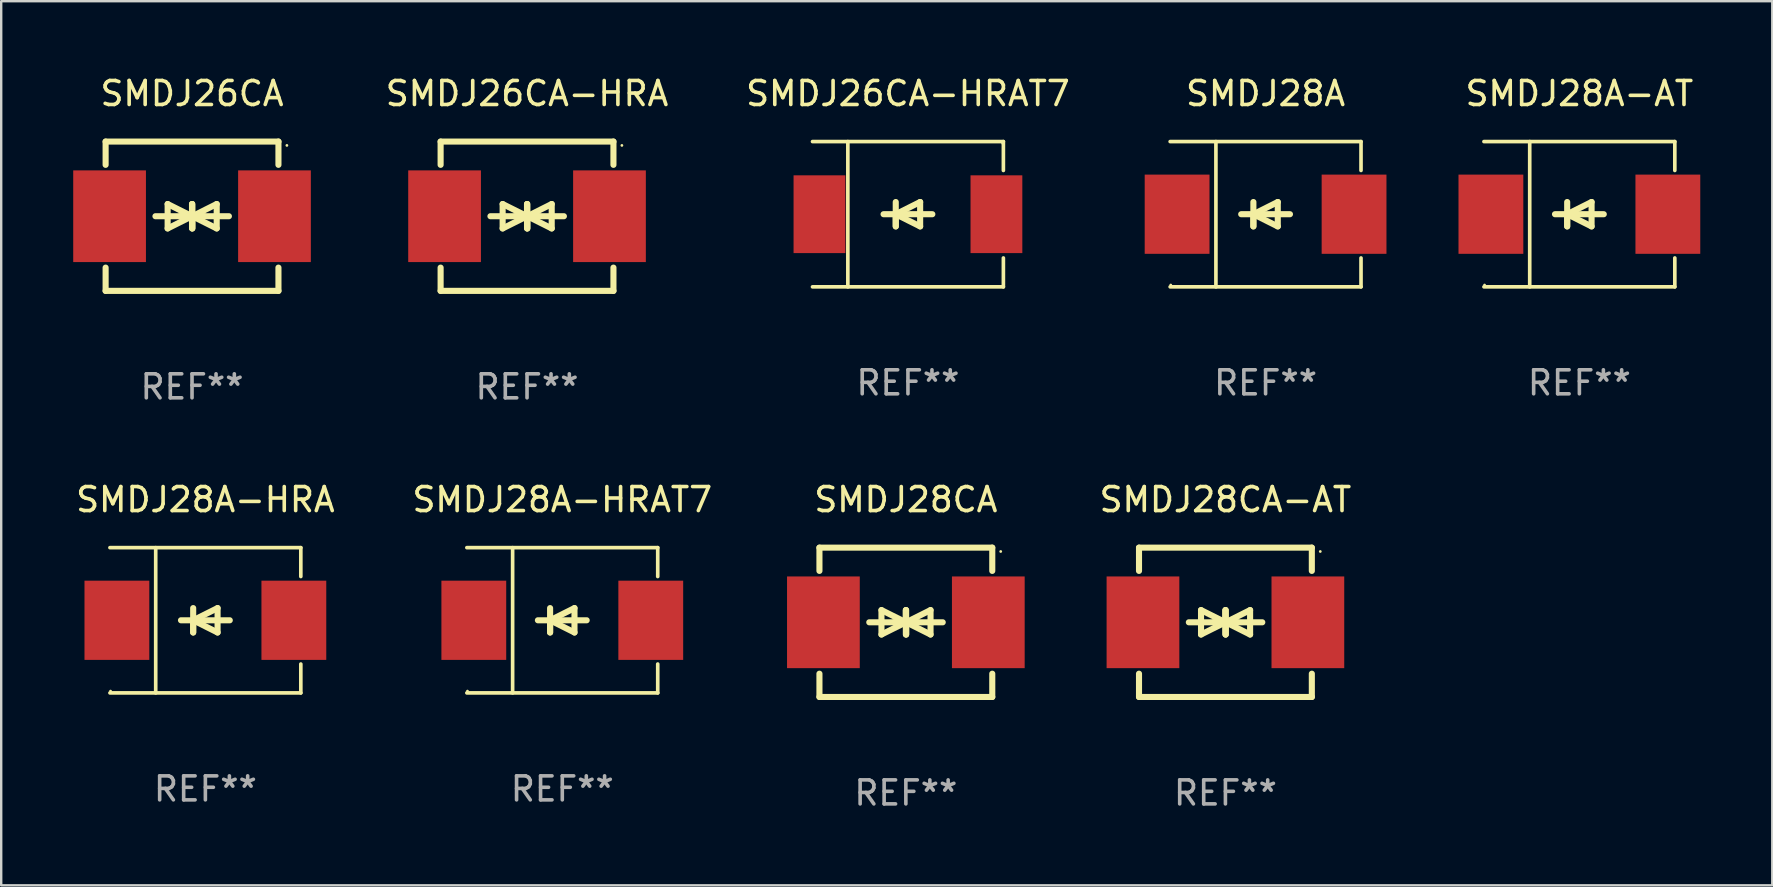
<source format=kicad_pcb>
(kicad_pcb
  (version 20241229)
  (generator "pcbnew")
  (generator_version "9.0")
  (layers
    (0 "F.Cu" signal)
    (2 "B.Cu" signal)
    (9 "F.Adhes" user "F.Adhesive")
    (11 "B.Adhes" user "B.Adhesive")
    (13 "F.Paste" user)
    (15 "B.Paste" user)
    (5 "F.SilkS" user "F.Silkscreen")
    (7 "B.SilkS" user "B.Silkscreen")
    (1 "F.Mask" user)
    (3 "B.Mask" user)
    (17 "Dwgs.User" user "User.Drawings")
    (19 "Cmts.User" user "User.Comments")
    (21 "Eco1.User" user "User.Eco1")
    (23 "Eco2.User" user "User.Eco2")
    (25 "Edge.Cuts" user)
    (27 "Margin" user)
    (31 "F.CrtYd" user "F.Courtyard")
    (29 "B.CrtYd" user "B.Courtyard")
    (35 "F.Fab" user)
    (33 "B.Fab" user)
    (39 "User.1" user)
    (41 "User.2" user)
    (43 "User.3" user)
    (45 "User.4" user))
  (footprint "SMDJ28A-HRA"
    (layer "F.Cu")
    (at 5.506 22.791)
    (property "Reference" "SMDJ28A-HRA" (at 0 -5.026 0) (layer "F.SilkS") (effects (font (size 1 1) (thickness 0.15))))
    (attr through_hole)
    (fp_line (start -3.976 -3.026) (end 3.976 -3.026) (stroke (width 0.152) (type solid)) (layer "F.SilkS"))
    (fp_line (start -3.976 3.026) (end 3.976 3.026) (stroke (width 0.152) (type solid)) (layer "F.SilkS"))
    (fp_line (start -2.069 -3.026) (end -2.069 3.026) (stroke (width 0.152) (type solid)) (layer "F.SilkS"))
    (fp_line (start -0.508 0) (end -0.508 0.508) (stroke (width 0.254) (type solid)) (layer "F.SilkS"))
    (fp_line (start -0.508 0) (end 0.508 0.508) (stroke (width 0.254) (type solid)) (layer "F.SilkS"))
    (fp_line (start -0.508 0.508) (end -0.508 -0.508) (stroke (width 0.254) (type solid)) (layer "F.SilkS"))
    (fp_line (start 0.508 -0.508) (end -0.508 0) (stroke (width 0.254) (type solid)) (layer "F.SilkS"))
    (fp_line (start 0.508 0.508) (end 0.508 -0.508) (stroke (width 0.254) (type solid)) (layer "F.SilkS"))
    (fp_line (start 1.016 0) (end -1.016 0) (stroke (width 0.254) (type solid)) (layer "F.SilkS"))
    (fp_line (start 3.976 -3.026) (end 3.976 -1.823) (stroke (width 0.152) (type solid)) (layer "F.SilkS"))
    (fp_line (start 3.976 3.026) (end 3.976 1.823) (stroke (width 0.152) (type solid)) (layer "F.SilkS"))
    (fp_circle (center -3.95 2.95) (end -3.92 2.95) (stroke (width 0.06) (type solid)) (fill no) (layer "F.SilkS"))
    (fp_text user "REF**" (at 0 7.026 0) (layer "F.Fab") (effects (font (size 1 1) (thickness 0.15))))
    (pad "1" smd rect (at -3.686 0) (size 2.7 3.3) (layers "F.Cu" "F.Mask" "F.Paste"))
    (pad "2" smd rect (at 3.686 0) (size 2.7 3.3) (layers "F.Cu" "F.Mask" "F.Paste")))
  (footprint "SMDJ28CA-AT"
    (layer "F.Cu")
    (at 48.001 22.875)
    (property "Reference" "SMDJ28CA-AT" (at 0 -5.11 0) (layer "F.SilkS") (effects (font (size 1 1) (thickness 0.15))))
    (attr through_hole)
    (fp_line (start -3.6 -2.141) (end -3.6 -3.11) (stroke (width 0.254) (type solid)) (layer "F.SilkS"))
    (fp_line (start -3.6 3.11) (end -3.6 2.141) (stroke (width 0.254) (type solid)) (layer "F.SilkS"))
    (fp_line (start -1.524 0) (end 0.508 0) (stroke (width 0.254) (type solid)) (layer "F.SilkS"))
    (fp_line (start -1.016 -0.508) (end -1.016 0.508) (stroke (width 0.254) (type solid)) (layer "F.SilkS"))
    (fp_line (start -1.016 0.508) (end 0 0) (stroke (width 0.254) (type solid)) (layer "F.SilkS"))
    (fp_line (start 0 -0.508) (end 0 0.508) (stroke (width 0.254) (type solid)) (layer "F.SilkS"))
    (fp_line (start 0 0) (end -1.016 -0.508) (stroke (width 0.254) (type solid)) (layer "F.SilkS"))
    (fp_line (start 0 0) (end 0 -0.508) (stroke (width 0.254) (type solid)) (layer "F.SilkS"))
    (fp_line (start 0.012 0) (end 0.012 0.508) (stroke (width 0.254) (type solid)) (layer "F.SilkS"))
    (fp_line (start 0.012 0) (end 1.028 0.508) (stroke (width 0.254) (type solid)) (layer "F.SilkS"))
    (fp_line (start 0.012 0.508) (end 0.012 -0.508) (stroke (width 0.254) (type solid)) (layer "F.SilkS"))
    (fp_line (start 1.028 -0.508) (end 0.012 0) (stroke (width 0.254) (type solid)) (layer "F.SilkS"))
    (fp_line (start 1.028 0.508) (end 1.028 -0.508) (stroke (width 0.254) (type solid)) (layer "F.SilkS"))
    (fp_line (start 1.536 0) (end -0.496 0) (stroke (width 0.254) (type solid)) (layer "F.SilkS"))
    (fp_line (start 3.6 -3.11) (end -3.6 -3.11) (stroke (width 0.254) (type solid)) (layer "F.SilkS"))
    (fp_line (start 3.6 -2.141) (end 3.6 -3.11) (stroke (width 0.254) (type solid)) (layer "F.SilkS"))
    (fp_line (start 3.6 3.11) (end -3.6 3.11) (stroke (width 0.254) (type solid)) (layer "F.SilkS"))
    (fp_line (start 3.6 3.11) (end 3.6 2.141) (stroke (width 0.254) (type solid)) (layer "F.SilkS"))
    (fp_circle (center 3.952 -2.95) (end 3.982 -2.95) (stroke (width 0.06) (type solid)) (fill no) (layer "F.SilkS"))
    (fp_text user "REF**" (at 0 7.11 0) (layer "F.Fab") (effects (font (size 1 1) (thickness 0.15))))
    (pad "1" smd rect (at 3.435 0) (size 3.03 3.82) (layers "F.Cu" "F.Mask" "F.Paste"))
    (pad "2" smd rect (at -3.435 0) (size 3.03 3.82) (layers "F.Cu" "F.Mask" "F.Paste")))
  (footprint "SMDJ28A"
    (layer "F.Cu")
    (at 49.674 5.874)
    (property "Reference" "SMDJ28A" (at 0 -5.026 0) (layer "F.SilkS") (effects (font (size 1 1) (thickness 0.15))))
    (attr through_hole)
    (fp_line (start -3.976 -3.026) (end 3.976 -3.026) (stroke (width 0.152) (type solid)) (layer "F.SilkS"))
    (fp_line (start -3.976 3.026) (end 3.976 3.026) (stroke (width 0.152) (type solid)) (layer "F.SilkS"))
    (fp_line (start -2.069 -3.026) (end -2.069 3.026) (stroke (width 0.152) (type solid)) (layer "F.SilkS"))
    (fp_line (start -0.508 0) (end -0.508 0.508) (stroke (width 0.254) (type solid)) (layer "F.SilkS"))
    (fp_line (start -0.508 0) (end 0.508 0.508) (stroke (width 0.254) (type solid)) (layer "F.SilkS"))
    (fp_line (start -0.508 0.508) (end -0.508 -0.508) (stroke (width 0.254) (type solid)) (layer "F.SilkS"))
    (fp_line (start 0.508 -0.508) (end -0.508 0) (stroke (width 0.254) (type solid)) (layer "F.SilkS"))
    (fp_line (start 0.508 0.508) (end 0.508 -0.508) (stroke (width 0.254) (type solid)) (layer "F.SilkS"))
    (fp_line (start 1.016 0) (end -1.016 0) (stroke (width 0.254) (type solid)) (layer "F.SilkS"))
    (fp_line (start 3.976 -3.026) (end 3.976 -1.823) (stroke (width 0.152) (type solid)) (layer "F.SilkS"))
    (fp_line (start 3.976 3.026) (end 3.976 1.823) (stroke (width 0.152) (type solid)) (layer "F.SilkS"))
    (fp_circle (center -3.95 2.95) (end -3.92 2.95) (stroke (width 0.06) (type solid)) (fill no) (layer "F.SilkS"))
    (fp_text user "REF**" (at 0 7.026 0) (layer "F.Fab") (effects (font (size 1 1) (thickness 0.15))))
    (pad "1" smd rect (at -3.686 0) (size 2.7 3.3) (layers "F.Cu" "F.Mask" "F.Paste"))
    (pad "2" smd rect (at 3.686 0) (size 2.7 3.3) (layers "F.Cu" "F.Mask" "F.Paste")))
  (footprint "SMDJ26CA"
    (layer "F.Cu")
    (at 4.95 5.958)
    (property "Reference" "SMDJ26CA" (at 0 -5.11 0) (layer "F.SilkS") (effects (font (size 1 1) (thickness 0.15))))
    (attr through_hole)
    (fp_line (start -3.6 -2.141) (end -3.6 -3.11) (stroke (width 0.254) (type solid)) (layer "F.SilkS"))
    (fp_line (start -3.6 3.11) (end -3.6 2.141) (stroke (width 0.254) (type solid)) (layer "F.SilkS"))
    (fp_line (start -1.524 0) (end 0.508 0) (stroke (width 0.254) (type solid)) (layer "F.SilkS"))
    (fp_line (start -1.016 -0.508) (end -1.016 0.508) (stroke (width 0.254) (type solid)) (layer "F.SilkS"))
    (fp_line (start -1.016 0.508) (end 0 0) (stroke (width 0.254) (type solid)) (layer "F.SilkS"))
    (fp_line (start 0 -0.508) (end 0 0.508) (stroke (width 0.254) (type solid)) (layer "F.SilkS"))
    (fp_line (start 0 0) (end -1.016 -0.508) (stroke (width 0.254) (type solid)) (layer "F.SilkS"))
    (fp_line (start 0 0) (end 0 -0.508) (stroke (width 0.254) (type solid)) (layer "F.SilkS"))
    (fp_line (start 0.012 0) (end 0.012 0.508) (stroke (width 0.254) (type solid)) (layer "F.SilkS"))
    (fp_line (start 0.012 0) (end 1.028 0.508) (stroke (width 0.254) (type solid)) (layer "F.SilkS"))
    (fp_line (start 0.012 0.508) (end 0.012 -0.508) (stroke (width 0.254) (type solid)) (layer "F.SilkS"))
    (fp_line (start 1.028 -0.508) (end 0.012 0) (stroke (width 0.254) (type solid)) (layer "F.SilkS"))
    (fp_line (start 1.028 0.508) (end 1.028 -0.508) (stroke (width 0.254) (type solid)) (layer "F.SilkS"))
    (fp_line (start 1.536 0) (end -0.496 0) (stroke (width 0.254) (type solid)) (layer "F.SilkS"))
    (fp_line (start 3.6 -3.11) (end -3.6 -3.11) (stroke (width 0.254) (type solid)) (layer "F.SilkS"))
    (fp_line (start 3.6 -2.141) (end 3.6 -3.11) (stroke (width 0.254) (type solid)) (layer "F.SilkS"))
    (fp_line (start 3.6 3.11) (end -3.6 3.11) (stroke (width 0.254) (type solid)) (layer "F.SilkS"))
    (fp_line (start 3.6 3.11) (end 3.6 2.141) (stroke (width 0.254) (type solid)) (layer "F.SilkS"))
    (fp_circle (center 3.952 -2.95) (end 3.982 -2.95) (stroke (width 0.06) (type solid)) (fill no) (layer "F.SilkS"))
    (fp_text user "REF**" (at 0 7.11 0) (layer "F.Fab") (effects (font (size 1 1) (thickness 0.15))))
    (pad "1" smd rect (at 3.435 0) (size 3.03 3.82) (layers "F.Cu" "F.Mask" "F.Paste"))
    (pad "2" smd rect (at -3.435 0) (size 3.03 3.82) (layers "F.Cu" "F.Mask" "F.Paste")))
  (footprint "SMDJ28A-HRAT7"
    (layer "F.Cu")
    (at 20.375 22.791)
    (property "Reference" "SMDJ28A-HRAT7" (at 0 -5.026 0) (layer "F.SilkS") (effects (font (size 1 1) (thickness 0.15))))
    (attr through_hole)
    (fp_line (start -3.976 -3.026) (end 3.976 -3.026) (stroke (width 0.152) (type solid)) (layer "F.SilkS"))
    (fp_line (start -3.976 3.026) (end 3.976 3.026) (stroke (width 0.152) (type solid)) (layer "F.SilkS"))
    (fp_line (start -2.069 -3.026) (end -2.069 3.026) (stroke (width 0.152) (type solid)) (layer "F.SilkS"))
    (fp_line (start -0.508 0) (end -0.508 0.508) (stroke (width 0.254) (type solid)) (layer "F.SilkS"))
    (fp_line (start -0.508 0) (end 0.508 0.508) (stroke (width 0.254) (type solid)) (layer "F.SilkS"))
    (fp_line (start -0.508 0.508) (end -0.508 -0.508) (stroke (width 0.254) (type solid)) (layer "F.SilkS"))
    (fp_line (start 0.508 -0.508) (end -0.508 0) (stroke (width 0.254) (type solid)) (layer "F.SilkS"))
    (fp_line (start 0.508 0.508) (end 0.508 -0.508) (stroke (width 0.254) (type solid)) (layer "F.SilkS"))
    (fp_line (start 1.016 0) (end -1.016 0) (stroke (width 0.254) (type solid)) (layer "F.SilkS"))
    (fp_line (start 3.976 -3.026) (end 3.976 -1.823) (stroke (width 0.152) (type solid)) (layer "F.SilkS"))
    (fp_line (start 3.976 3.026) (end 3.976 1.823) (stroke (width 0.152) (type solid)) (layer "F.SilkS"))
    (fp_circle (center -3.95 2.95) (end -3.92 2.95) (stroke (width 0.06) (type solid)) (fill no) (layer "F.SilkS"))
    (fp_text user "REF**" (at 0 7.026 0) (layer "F.Fab") (effects (font (size 1 1) (thickness 0.15))))
    (pad "1" smd rect (at -3.686 0) (size 2.7 3.3) (layers "F.Cu" "F.Mask" "F.Paste"))
    (pad "2" smd rect (at 3.686 0) (size 2.7 3.3) (layers "F.Cu" "F.Mask" "F.Paste")))
  (footprint "SMDJ28CA"
    (layer "F.Cu")
    (at 34.688 22.875)
    (property "Reference" "SMDJ28CA" (at 0 -5.11 0) (layer "F.SilkS") (effects (font (size 1 1) (thickness 0.15))))
    (attr through_hole)
    (fp_line (start -3.6 -2.141) (end -3.6 -3.11) (stroke (width 0.254) (type solid)) (layer "F.SilkS"))
    (fp_line (start -3.6 3.11) (end -3.6 2.141) (stroke (width 0.254) (type solid)) (layer "F.SilkS"))
    (fp_line (start -1.524 0) (end 0.508 0) (stroke (width 0.254) (type solid)) (layer "F.SilkS"))
    (fp_line (start -1.016 -0.508) (end -1.016 0.508) (stroke (width 0.254) (type solid)) (layer "F.SilkS"))
    (fp_line (start -1.016 0.508) (end 0 0) (stroke (width 0.254) (type solid)) (layer "F.SilkS"))
    (fp_line (start 0 -0.508) (end 0 0.508) (stroke (width 0.254) (type solid)) (layer "F.SilkS"))
    (fp_line (start 0 0) (end -1.016 -0.508) (stroke (width 0.254) (type solid)) (layer "F.SilkS"))
    (fp_line (start 0 0) (end 0 -0.508) (stroke (width 0.254) (type solid)) (layer "F.SilkS"))
    (fp_line (start 0.012 0) (end 0.012 0.508) (stroke (width 0.254) (type solid)) (layer "F.SilkS"))
    (fp_line (start 0.012 0) (end 1.028 0.508) (stroke (width 0.254) (type solid)) (layer "F.SilkS"))
    (fp_line (start 0.012 0.508) (end 0.012 -0.508) (stroke (width 0.254) (type solid)) (layer "F.SilkS"))
    (fp_line (start 1.028 -0.508) (end 0.012 0) (stroke (width 0.254) (type solid)) (layer "F.SilkS"))
    (fp_line (start 1.028 0.508) (end 1.028 -0.508) (stroke (width 0.254) (type solid)) (layer "F.SilkS"))
    (fp_line (start 1.536 0) (end -0.496 0) (stroke (width 0.254) (type solid)) (layer "F.SilkS"))
    (fp_line (start 3.6 -3.11) (end -3.6 -3.11) (stroke (width 0.254) (type solid)) (layer "F.SilkS"))
    (fp_line (start 3.6 -2.141) (end 3.6 -3.11) (stroke (width 0.254) (type solid)) (layer "F.SilkS"))
    (fp_line (start 3.6 3.11) (end -3.6 3.11) (stroke (width 0.254) (type solid)) (layer "F.SilkS"))
    (fp_line (start 3.6 3.11) (end 3.6 2.141) (stroke (width 0.254) (type solid)) (layer "F.SilkS"))
    (fp_circle (center 3.952 -2.95) (end 3.982 -2.95) (stroke (width 0.06) (type solid)) (fill no) (layer "F.SilkS"))
    (fp_text user "REF**" (at 0 7.11 0) (layer "F.Fab") (effects (font (size 1 1) (thickness 0.15))))
    (pad "1" smd rect (at 3.435 0) (size 3.03 3.82) (layers "F.Cu" "F.Mask" "F.Paste"))
    (pad "2" smd rect (at -3.435 0) (size 3.03 3.82) (layers "F.Cu" "F.Mask" "F.Paste")))
  (footprint "SMDJ26CA-HRAT7"
    (layer "F.Cu")
    (at 34.775 5.874)
    (property "Reference" "SMDJ26CA-HRAT7" (at 0 -5.026 0) (layer "F.SilkS") (effects (font (size 1 1) (thickness 0.15))))
    (attr through_hole)
    (fp_line (start -3.976 -3.026) (end 3.976 -3.026) (stroke (width 0.152) (type solid)) (layer "F.SilkS"))
    (fp_line (start -3.976 3.026) (end 3.976 3.026) (stroke (width 0.152) (type solid)) (layer "F.SilkS"))
    (fp_line (start -2.504 -3.026) (end -2.504 3.026) (stroke (width 0.152) (type solid)) (layer "F.SilkS"))
    (fp_line (start -0.508 0) (end -0.508 0.508) (stroke (width 0.254) (type solid)) (layer "F.SilkS"))
    (fp_line (start -0.508 0) (end 0.508 0.508) (stroke (width 0.254) (type solid)) (layer "F.SilkS"))
    (fp_line (start -0.508 0.508) (end -0.508 -0.508) (stroke (width 0.254) (type solid)) (layer "F.SilkS"))
    (fp_line (start 0.508 -0.508) (end -0.508 0) (stroke (width 0.254) (type solid)) (layer "F.SilkS"))
    (fp_line (start 0.508 0.508) (end 0.508 -0.508) (stroke (width 0.254) (type solid)) (layer "F.SilkS"))
    (fp_line (start 1.016 0) (end -1.016 0) (stroke (width 0.254) (type solid)) (layer "F.SilkS"))
    (fp_line (start 3.976 -3.026) (end 3.976 -1.823) (stroke (width 0.152) (type solid)) (layer "F.SilkS"))
    (fp_line (start 3.976 3.026) (end 3.976 1.823) (stroke (width 0.152) (type solid)) (layer "F.SilkS"))
    (fp_circle (center 3.95 -2.95) (end 3.98 -2.95) (stroke (width 0.06) (type solid)) (fill no) (layer "F.SilkS"))
    (fp_text user "REF**" (at 0 7.026 0) (layer "F.Fab") (effects (font (size 1 1) (thickness 0.15))))
    (pad "1" smd rect (at 3.686 0 180) (size 2.158 3.24) (layers "F.Cu" "F.Mask" "F.Paste"))
    (pad "2" smd rect (at -3.686 0 180) (size 2.158 3.24) (layers "F.Cu" "F.Mask" "F.Paste")))
  (footprint "SMDJ26CA-HRA"
    (layer "F.Cu")
    (at 18.906 5.958)
    (property "Reference" "SMDJ26CA-HRA" (at 0 -5.11 0) (layer "F.SilkS") (effects (font (size 1 1) (thickness 0.15))))
    (attr through_hole)
    (fp_line (start -3.6 -2.141) (end -3.6 -3.11) (stroke (width 0.254) (type solid)) (layer "F.SilkS"))
    (fp_line (start -3.6 3.11) (end -3.6 2.141) (stroke (width 0.254) (type solid)) (layer "F.SilkS"))
    (fp_line (start -1.524 0) (end 0.508 0) (stroke (width 0.254) (type solid)) (layer "F.SilkS"))
    (fp_line (start -1.016 -0.508) (end -1.016 0.508) (stroke (width 0.254) (type solid)) (layer "F.SilkS"))
    (fp_line (start -1.016 0.508) (end 0 0) (stroke (width 0.254) (type solid)) (layer "F.SilkS"))
    (fp_line (start 0 -0.508) (end 0 0.508) (stroke (width 0.254) (type solid)) (layer "F.SilkS"))
    (fp_line (start 0 0) (end -1.016 -0.508) (stroke (width 0.254) (type solid)) (layer "F.SilkS"))
    (fp_line (start 0 0) (end 0 -0.508) (stroke (width 0.254) (type solid)) (layer "F.SilkS"))
    (fp_line (start 0.012 0) (end 0.012 0.508) (stroke (width 0.254) (type solid)) (layer "F.SilkS"))
    (fp_line (start 0.012 0) (end 1.028 0.508) (stroke (width 0.254) (type solid)) (layer "F.SilkS"))
    (fp_line (start 0.012 0.508) (end 0.012 -0.508) (stroke (width 0.254) (type solid)) (layer "F.SilkS"))
    (fp_line (start 1.028 -0.508) (end 0.012 0) (stroke (width 0.254) (type solid)) (layer "F.SilkS"))
    (fp_line (start 1.028 0.508) (end 1.028 -0.508) (stroke (width 0.254) (type solid)) (layer "F.SilkS"))
    (fp_line (start 1.536 0) (end -0.496 0) (stroke (width 0.254) (type solid)) (layer "F.SilkS"))
    (fp_line (start 3.6 -3.11) (end -3.6 -3.11) (stroke (width 0.254) (type solid)) (layer "F.SilkS"))
    (fp_line (start 3.6 -2.141) (end 3.6 -3.11) (stroke (width 0.254) (type solid)) (layer "F.SilkS"))
    (fp_line (start 3.6 3.11) (end -3.6 3.11) (stroke (width 0.254) (type solid)) (layer "F.SilkS"))
    (fp_line (start 3.6 3.11) (end 3.6 2.141) (stroke (width 0.254) (type solid)) (layer "F.SilkS"))
    (fp_circle (center 3.952 -2.95) (end 3.982 -2.95) (stroke (width 0.06) (type solid)) (fill no) (layer "F.SilkS"))
    (fp_text user "REF**" (at 0 7.11 0) (layer "F.Fab") (effects (font (size 1 1) (thickness 0.15))))
    (pad "1" smd rect (at 3.435 0) (size 3.03 3.82) (layers "F.Cu" "F.Mask" "F.Paste"))
    (pad "2" smd rect (at -3.435 0) (size 3.03 3.82) (layers "F.Cu" "F.Mask" "F.Paste")))
  (footprint "SMDJ28A-AT"
    (layer "F.Cu")
    (at 62.747 5.874)
    (property "Reference" "SMDJ28A-AT" (at 0 -5.026 0) (layer "F.SilkS") (effects (font (size 1 1) (thickness 0.15))))
    (attr through_hole)
    (fp_line (start -3.976 -3.026) (end 3.976 -3.026) (stroke (width 0.152) (type solid)) (layer "F.SilkS"))
    (fp_line (start -3.976 3.026) (end 3.976 3.026) (stroke (width 0.152) (type solid)) (layer "F.SilkS"))
    (fp_line (start -2.069 -3.026) (end -2.069 3.026) (stroke (width 0.152) (type solid)) (layer "F.SilkS"))
    (fp_line (start -0.508 0) (end -0.508 0.508) (stroke (width 0.254) (type solid)) (layer "F.SilkS"))
    (fp_line (start -0.508 0) (end 0.508 0.508) (stroke (width 0.254) (type solid)) (layer "F.SilkS"))
    (fp_line (start -0.508 0.508) (end -0.508 -0.508) (stroke (width 0.254) (type solid)) (layer "F.SilkS"))
    (fp_line (start 0.508 -0.508) (end -0.508 0) (stroke (width 0.254) (type solid)) (layer "F.SilkS"))
    (fp_line (start 0.508 0.508) (end 0.508 -0.508) (stroke (width 0.254) (type solid)) (layer "F.SilkS"))
    (fp_line (start 1.016 0) (end -1.016 0) (stroke (width 0.254) (type solid)) (layer "F.SilkS"))
    (fp_line (start 3.976 -3.026) (end 3.976 -1.823) (stroke (width 0.152) (type solid)) (layer "F.SilkS"))
    (fp_line (start 3.976 3.026) (end 3.976 1.823) (stroke (width 0.152) (type solid)) (layer "F.SilkS"))
    (fp_circle (center -3.95 2.95) (end -3.92 2.95) (stroke (width 0.06) (type solid)) (fill no) (layer "F.SilkS"))
    (fp_text user "REF**" (at 0 7.026 0) (layer "F.Fab") (effects (font (size 1 1) (thickness 0.15))))
    (pad "1" smd rect (at -3.686 0) (size 2.7 3.3) (layers "F.Cu" "F.Mask" "F.Paste"))
    (pad "2" smd rect (at 3.686 0) (size 2.7 3.3) (layers "F.Cu" "F.Mask" "F.Paste")))
  (gr_rect
    (start -3 -3)
    (end 70.783 33.833)
    (stroke (width 0.1) (type default))
    (fill no)
    (layer "Edge.Cuts")))
</source>
